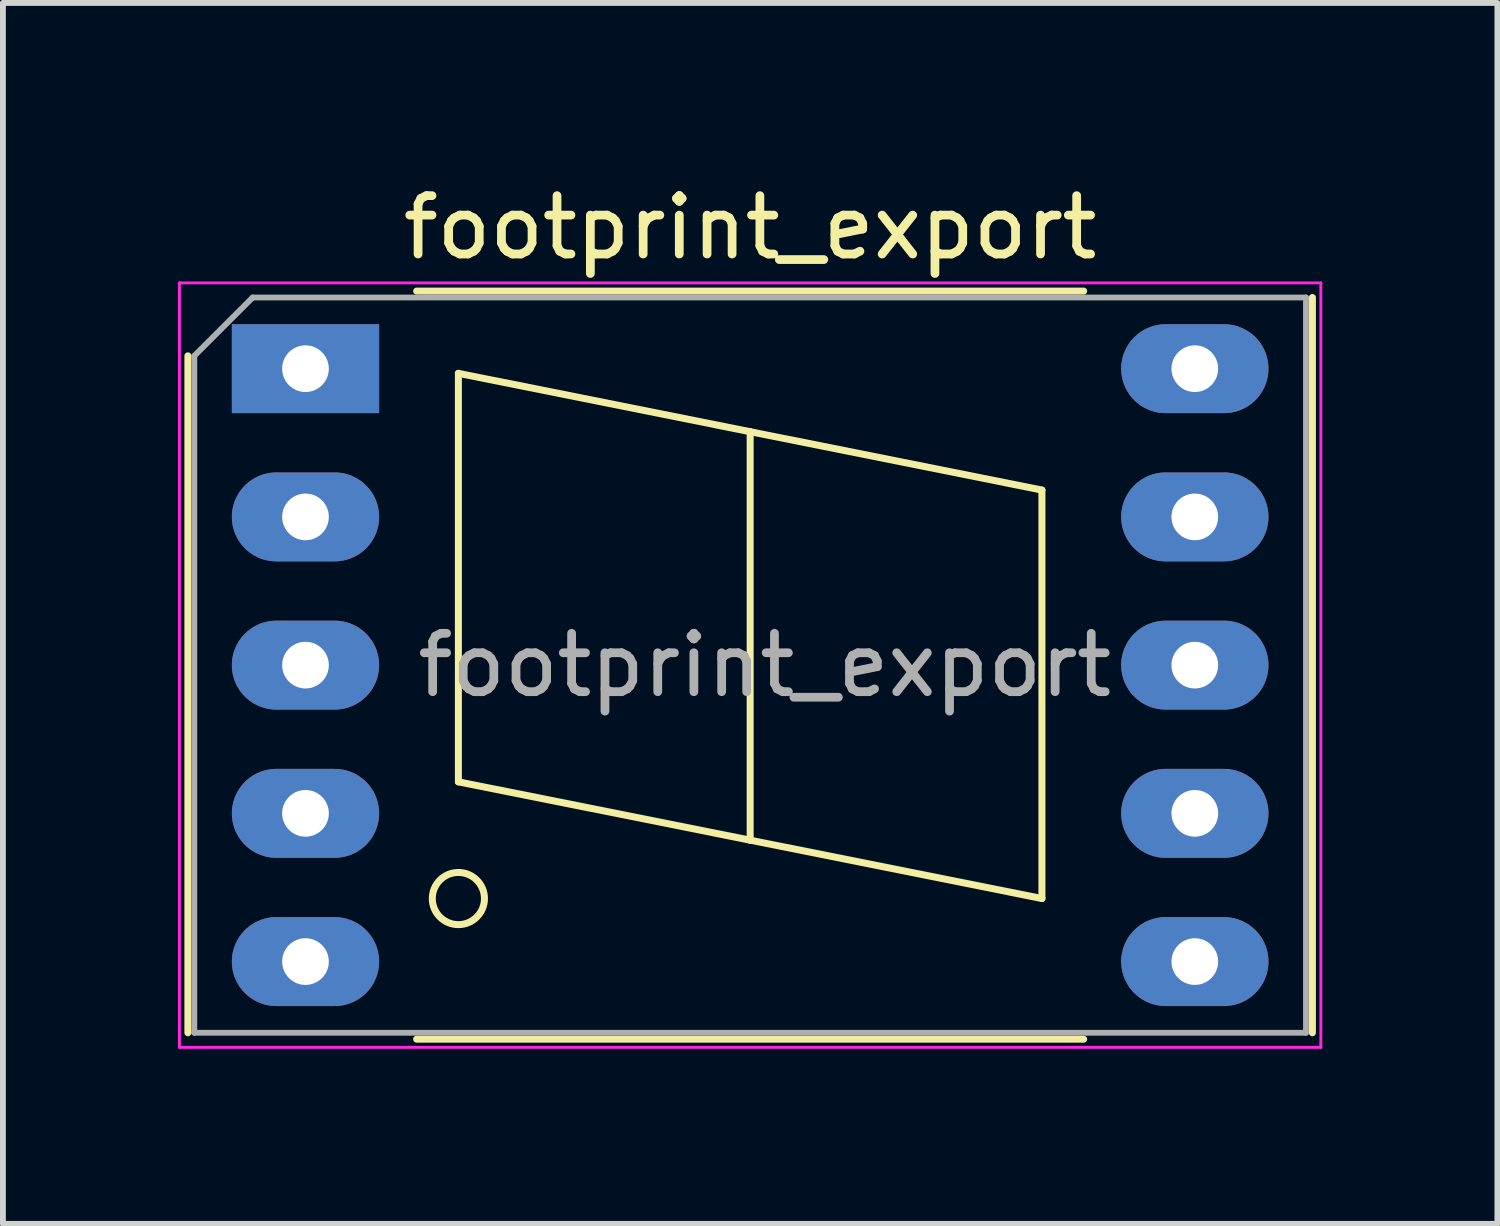
<source format=kicad_pcb>
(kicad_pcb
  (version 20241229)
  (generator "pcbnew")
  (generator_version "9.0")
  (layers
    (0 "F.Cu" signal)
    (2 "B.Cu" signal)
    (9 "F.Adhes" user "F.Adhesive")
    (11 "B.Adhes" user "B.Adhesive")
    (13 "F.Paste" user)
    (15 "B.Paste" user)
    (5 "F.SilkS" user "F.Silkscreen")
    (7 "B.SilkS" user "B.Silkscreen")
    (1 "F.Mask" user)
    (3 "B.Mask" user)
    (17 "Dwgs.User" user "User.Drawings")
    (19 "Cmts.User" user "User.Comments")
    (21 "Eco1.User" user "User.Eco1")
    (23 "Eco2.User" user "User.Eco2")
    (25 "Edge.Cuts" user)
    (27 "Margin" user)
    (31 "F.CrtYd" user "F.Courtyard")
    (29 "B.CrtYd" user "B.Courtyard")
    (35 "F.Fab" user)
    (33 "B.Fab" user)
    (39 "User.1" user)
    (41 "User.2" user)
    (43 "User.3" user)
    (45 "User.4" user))
  (footprint "footprint_export"
    (layer "F.Cu")
    (at 2.185 3.268)
    (property "Reference" "footprint_export" (at 7.62 -2.42 0) (layer "F.SilkS") (effects (font (size 1 1) (thickness 0.15))))
    (attr through_hole)
    (fp_line (start -2.015 -0.22) (end -2.015 11.38) (stroke (width 0.12) (type solid)) (layer "F.SilkS"))
    (fp_line (start 1.905 -1.33) (end 13.335 -1.33) (stroke (width 0.12) (type solid)) (layer "F.SilkS"))
    (fp_line (start 1.905 11.49) (end 13.335 11.49) (stroke (width 0.12) (type solid)) (layer "F.SilkS"))
    (fp_line (start 2.62 0.08) (end 2.62 7.08) (stroke (width 0.12) (type solid)) (layer "F.SilkS"))
    (fp_line (start 2.62 7.08) (end 7.62 8.08) (stroke (width 0.12) (type solid)) (layer "F.SilkS"))
    (fp_line (start 7.62 1.08) (end 2.62 0.08) (stroke (width 0.12) (type solid)) (layer "F.SilkS"))
    (fp_line (start 7.62 8.08) (end 7.62 1.08) (stroke (width 0.12) (type solid)) (layer "F.SilkS"))
    (fp_line (start 12.62 2.08) (end 7.62 1.08) (stroke (width 0.12) (type solid)) (layer "F.SilkS"))
    (fp_line (start 12.62 2.08) (end 12.62 9.08) (stroke (width 0.12) (type solid)) (layer "F.SilkS"))
    (fp_line (start 12.62 9.08) (end 7.62 8.08) (stroke (width 0.12) (type solid)) (layer "F.SilkS"))
    (fp_line (start 17.255 11.38) (end 17.255 -1.22) (stroke (width 0.12) (type solid)) (layer "F.SilkS"))
    (fp_circle (center 2.62 9.08) (end 3.067 9.08) (stroke (width 0.12) (type solid)) (fill no) (layer "F.SilkS"))
    (fp_line (start -2.16 -1.47) (end -2.16 11.63) (stroke (width 0.05) (type solid)) (layer "F.CrtYd"))
    (fp_line (start -2.16 -1.47) (end 17.4 -1.47) (stroke (width 0.05) (type solid)) (layer "F.CrtYd"))
    (fp_line (start -2.16 11.63) (end 17.4 11.63) (stroke (width 0.05) (type solid)) (layer "F.CrtYd"))
    (fp_line (start 17.4 -1.47) (end 17.4 11.63) (stroke (width 0.05) (type solid)) (layer "F.CrtYd"))
    (fp_line (start -1.905 -0.22) (end -1.905 11.38) (stroke (width 0.1) (type solid)) (layer "F.Fab"))
    (fp_line (start -1.905 11.38) (end 17.145 11.38) (stroke (width 0.1) (type solid)) (layer "F.Fab"))
    (fp_line (start -0.905 -1.22) (end -1.905 -0.22) (stroke (width 0.1) (type solid)) (layer "F.Fab"))
    (fp_line (start -0.905 -1.22) (end 17.145 -1.22) (stroke (width 0.1) (type solid)) (layer "F.Fab"))
    (fp_line (start 17.145 11.38) (end 17.145 -1.22) (stroke (width 0.1) (type solid)) (layer "F.Fab"))
    (fp_text user "${REFERENCE}" (at 7.87 5.08 0) (layer "F.Fab") (effects (font (size 1 1) (thickness 0.15))))
    (pad "1" thru_hole rect (at 0 0 270) (size 1.524 2.524) (drill 0.8) (layers "*.Cu" "*.Mask"))
    (pad "2" thru_hole oval (at 0 2.54 270) (size 1.524 2.524) (drill 0.8) (layers "*.Cu" "*.Mask"))
    (pad "3" thru_hole oval (at 0 5.08 270) (size 1.524 2.524) (drill 0.8) (layers "*.Cu" "*.Mask"))
    (pad "4" thru_hole oval (at 0 7.62 270) (size 1.524 2.524) (drill 0.8) (layers "*.Cu" "*.Mask"))
    (pad "5" thru_hole oval (at 0 10.16 270) (size 1.524 2.524) (drill 0.8) (layers "*.Cu" "*.Mask"))
    (pad "6" thru_hole oval (at 15.24 10.16 270) (size 1.524 2.524) (drill 0.8) (layers "*.Cu" "*.Mask"))
    (pad "7" thru_hole oval (at 15.24 7.62 270) (size 1.524 2.524) (drill 0.8) (layers "*.Cu" "*.Mask"))
    (pad "8" thru_hole oval (at 15.24 5.08 270) (size 1.524 2.524) (drill 0.8) (layers "*.Cu" "*.Mask"))
    (pad "9" thru_hole oval (at 15.24 2.54 270) (size 1.524 2.524) (drill 0.8) (layers "*.Cu" "*.Mask"))
    (pad "10" thru_hole oval (at 15.24 0 270) (size 1.524 2.524) (drill 0.8) (layers "*.Cu" "*.Mask")))
  (gr_rect
    (start -3 -3)
    (end 22.61 17.923)
    (stroke (width 0.1) (type default))
    (fill no)
    (layer "Edge.Cuts")))
</source>
